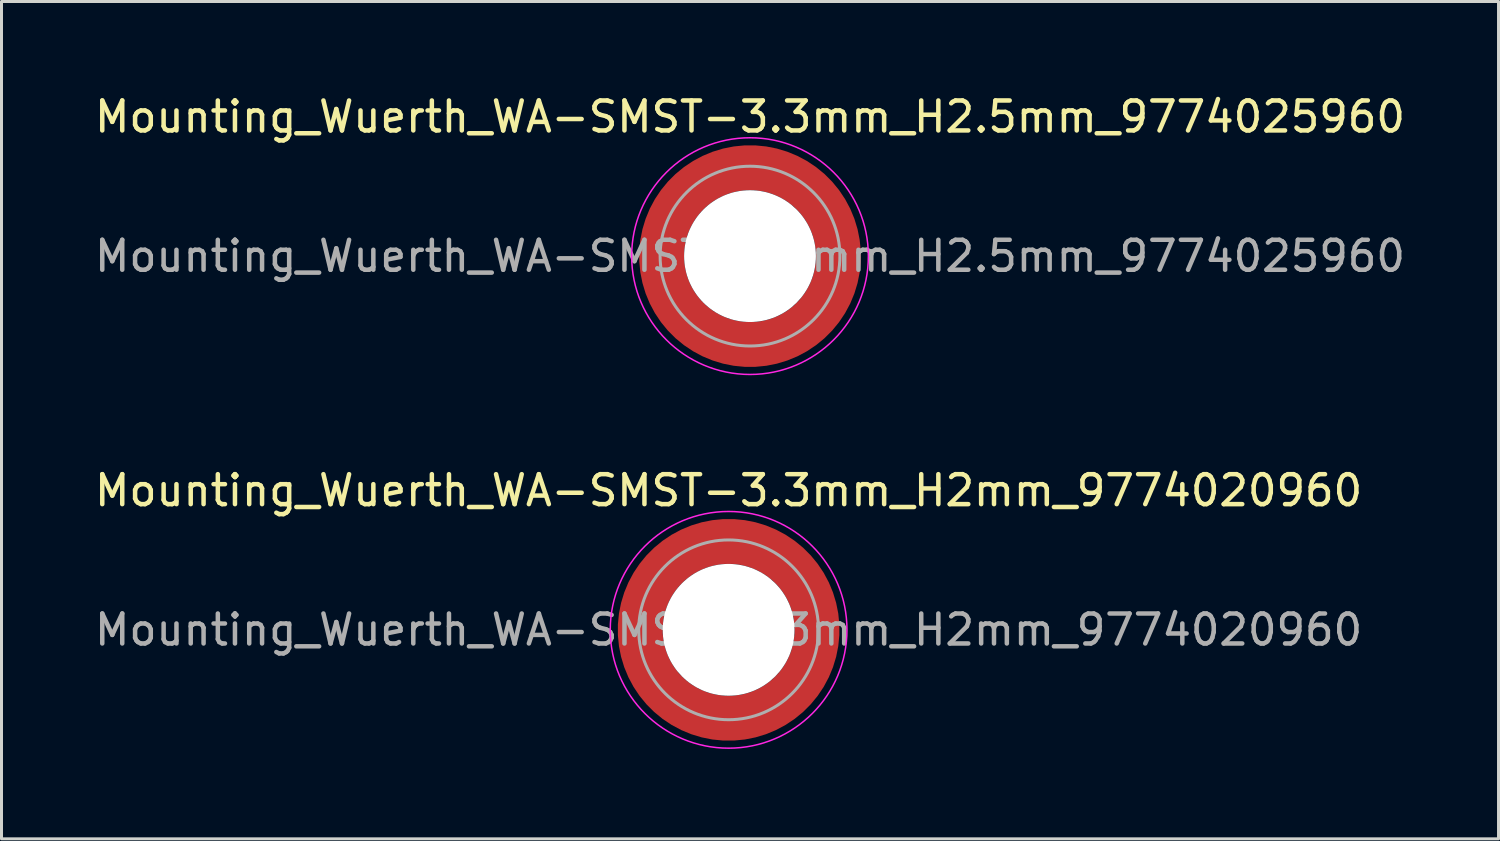
<source format=kicad_pcb>
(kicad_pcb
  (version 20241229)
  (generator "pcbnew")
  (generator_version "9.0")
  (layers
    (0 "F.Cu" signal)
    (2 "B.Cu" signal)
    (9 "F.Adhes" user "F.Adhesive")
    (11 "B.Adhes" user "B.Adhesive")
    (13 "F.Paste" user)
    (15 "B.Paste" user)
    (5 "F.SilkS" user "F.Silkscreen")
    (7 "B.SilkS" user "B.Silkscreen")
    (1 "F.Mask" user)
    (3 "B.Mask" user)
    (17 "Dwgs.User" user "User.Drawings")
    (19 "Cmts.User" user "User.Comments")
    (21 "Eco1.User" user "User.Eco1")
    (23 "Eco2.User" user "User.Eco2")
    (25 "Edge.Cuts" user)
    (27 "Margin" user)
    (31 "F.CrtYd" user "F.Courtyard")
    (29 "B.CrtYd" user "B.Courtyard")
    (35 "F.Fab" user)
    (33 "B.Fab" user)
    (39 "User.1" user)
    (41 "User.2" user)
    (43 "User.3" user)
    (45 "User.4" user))
  (footprint "Mounting_Wuerth_WA-SMST-3.3mm_H2.5mm_9774025960"
    (layer "F.Cu")
    (at 21.982 5.498)
    (property "Reference" "Mounting_Wuerth_WA-SMST-3.3mm_H2.5mm_9774025960" (at 0 -4.65 0) (layer "F.SilkS") (effects (font (size 1 1) (thickness 0.15))))
    (attr smd)
    (fp_circle (center 0 0) (end 3.95 0) (stroke (width 0.05) (type solid)) (fill no) (layer "F.CrtYd"))
    (fp_circle (center 0 0) (end 3 0) (stroke (width 0.1) (type solid)) (fill no) (layer "F.Fab"))
    (fp_text user "${REFERENCE}" (at 0 0 0) (layer "F.Fab") (effects (font (size 1 1) (thickness 0.15))))
    (pad "" smd custom (at -2.058 -2.058) (size 0.7 0.7) (layers "F.Paste") (options (anchor circle)) (primitives (gr_arc (start -0.377294 1.707681) (mid 0.317579 0.318817) (end 1.705947 -0.377044) (width 0.2)) (gr_arc (start -0.478281 1.707681) (mid 0.246161 0.248814) (end 1.703965 -0.477765) (width 0.2)) (gr_arc (start -0.579192 1.707681) (mid 0.175492 0.178063) (end 1.704077 -0.578711) (width 0.2)) (gr_arc (start -0.680037 1.707681) (mid 0.105568 0.106564) (end 1.706284 -0.679858) (width 0.2)) (gr_arc (start -0.780822 1.707681) (mid 0.034627 0.036085) (end 1.705634 -0.780569) (width 0.2)) (gr_arc (start -0.881554 1.707681) (mid -0.035694 -0.035016) (end 1.706729 -0.881441) (width 0.2)) (gr_arc (start -0.982237 1.707681) (mid -0.107281 -0.10485) (end 1.704266 -0.981842) (width 0.2)) (gr_arc (start -1.082877 1.707681) (mid -0.178372 -0.175181) (end 1.703197 -1.082374) (width 0.2)) (gr_arc (start -1.183476 1.707681) (mid -0.248964 -0.246008) (end 1.703525 -1.183025) (width 0.2)) (gr_arc (start -1.28404 1.707681) (mid -0.319062 -0.317333) (end 1.70525 -1.283784) (width 0.2)) (gr_line (start 1.708 -0.377) (end 1.708 -1.284) (width 0.2)) (gr_line (start -0.377 1.708) (end -1.284 1.708) (width 0.2))))
    (pad "" smd custom (at -2.058 2.058) (size 0.7 0.7) (layers "F.Paste") (options (anchor circle)) (primitives (gr_arc (start 1.707681 0.377294) (mid 0.318817 -0.317579) (end -0.377044 -1.705947) (width 0.2)) (gr_arc (start 1.707681 0.478281) (mid 0.248814 -0.246161) (end -0.477765 -1.703965) (width 0.2)) (gr_arc (start 1.707681 0.579192) (mid 0.178063 -0.175492) (end -0.578711 -1.704077) (width 0.2)) (gr_arc (start 1.707681 0.680037) (mid 0.106564 -0.105568) (end -0.679858 -1.706284) (width 0.2)) (gr_arc (start 1.707681 0.780822) (mid 0.036085 -0.034627) (end -0.780569 -1.705634) (width 0.2)) (gr_arc (start 1.707681 0.881554) (mid -0.035016 0.035694) (end -0.881441 -1.706729) (width 0.2)) (gr_arc (start 1.707681 0.982237) (mid -0.10485 0.107281) (end -0.981842 -1.704266) (width 0.2)) (gr_arc (start 1.707681 1.082877) (mid -0.175181 0.178372) (end -1.082374 -1.703197) (width 0.2)) (gr_arc (start 1.707681 1.183476) (mid -0.246008 0.248964) (end -1.183025 -1.703525) (width 0.2)) (gr_arc (start 1.707681 1.28404) (mid -0.317333 0.319062) (end -1.283784 -1.70525) (width 0.2)) (gr_line (start -0.377 -1.708) (end -1.284 -1.708) (width 0.2)) (gr_line (start 1.708 0.377) (end 1.708 1.284) (width 0.2))))
    (pad "" np_thru_hole circle (at 0 0) (size 4.4 4.4) (drill 4.4) (layers "*.Cu" "*.Mask"))
    (pad "" smd custom (at 2.058 -2.058) (size 0.7 0.7) (layers "F.Paste") (options (anchor circle)) (primitives (gr_arc (start -1.707681 -0.377294) (mid -0.318817 0.317579) (end 0.377044 1.705947) (width 0.2)) (gr_arc (start -1.707681 -0.478281) (mid -0.248814 0.246161) (end 0.477765 1.703965) (width 0.2)) (gr_arc (start -1.707681 -0.579192) (mid -0.178063 0.175492) (end 0.578711 1.704077) (width 0.2)) (gr_arc (start -1.707681 -0.680037) (mid -0.106564 0.105568) (end 0.679858 1.706284) (width 0.2)) (gr_arc (start -1.707681 -0.780822) (mid -0.036085 0.034627) (end 0.780569 1.705634) (width 0.2)) (gr_arc (start -1.707681 -0.881554) (mid 0.035016 -0.035694) (end 0.881441 1.706729) (width 0.2)) (gr_arc (start -1.707681 -0.982237) (mid 0.10485 -0.107281) (end 0.981842 1.704266) (width 0.2)) (gr_arc (start -1.707681 -1.082877) (mid 0.175181 -0.178372) (end 1.082374 1.703197) (width 0.2)) (gr_arc (start -1.707681 -1.183476) (mid 0.246008 -0.248964) (end 1.183025 1.703525) (width 0.2)) (gr_arc (start -1.707681 -1.28404) (mid 0.317333 -0.319062) (end 1.283784 1.70525) (width 0.2)) (gr_line (start 0.377 1.708) (end 1.284 1.708) (width 0.2)) (gr_line (start -1.708 -0.377) (end -1.708 -1.284) (width 0.2))))
    (pad "" smd custom (at 2.058 2.058) (size 0.7 0.7) (layers "F.Paste") (options (anchor circle)) (primitives (gr_arc (start 0.377294 -1.707681) (mid -0.317579 -0.318817) (end -1.705947 0.377044) (width 0.2)) (gr_arc (start 0.478281 -1.707681) (mid -0.246161 -0.248814) (end -1.703965 0.477765) (width 0.2)) (gr_arc (start 0.579192 -1.707681) (mid -0.175492 -0.178063) (end -1.704077 0.578711) (width 0.2)) (gr_arc (start 0.680037 -1.707681) (mid -0.105568 -0.106564) (end -1.706284 0.679858) (width 0.2)) (gr_arc (start 0.780822 -1.707681) (mid -0.034627 -0.036085) (end -1.705634 0.780569) (width 0.2)) (gr_arc (start 0.881554 -1.707681) (mid 0.035694 0.035016) (end -1.706729 0.881441) (width 0.2)) (gr_arc (start 0.982237 -1.707681) (mid 0.107281 0.10485) (end -1.704266 0.981842) (width 0.2)) (gr_arc (start 1.082877 -1.707681) (mid 0.178372 0.175181) (end -1.703197 1.082374) (width 0.2)) (gr_arc (start 1.183476 -1.707681) (mid 0.248964 0.246008) (end -1.703525 1.183025) (width 0.2)) (gr_arc (start 1.28404 -1.707681) (mid 0.319062 0.317333) (end -1.70525 1.283784) (width 0.2)) (gr_line (start -1.708 0.377) (end -1.708 1.284) (width 0.2)) (gr_line (start 0.377 -1.708) (end 1.284 -1.708) (width 0.2))))
    (pad "1" smd circle (at -2.95 0) (size 1.1 1.1) (layers "F.Cu"))
    (pad "1" smd circle (at 0 -2.95) (size 1.1 1.1) (layers "F.Cu"))
    (pad "1" smd circle (at 0 2.95) (size 1.1 1.1) (layers "F.Cu"))
    (pad "1" smd custom (at 2.95 0) (size 1.1 1.1) (layers "F.Cu" "F.Mask") (options (anchor circle)) (primitives (gr_circle (center -2.95 0) (end 0 0) (width 1.5) (fill no)))))
  (footprint "Mounting_Wuerth_WA-SMST-3.3mm_H2mm_9774020960"
    (layer "F.Cu")
    (at 21.268 17.971)
    (property "Reference" "Mounting_Wuerth_WA-SMST-3.3mm_H2mm_9774020960" (at 0 -4.65 0) (layer "F.SilkS") (effects (font (size 1 1) (thickness 0.15))))
    (attr smd)
    (fp_circle (center 0 0) (end 3.95 0) (stroke (width 0.05) (type solid)) (fill no) (layer "F.CrtYd"))
    (fp_circle (center 0 0) (end 3 0) (stroke (width 0.1) (type solid)) (fill no) (layer "F.Fab"))
    (fp_text user "${REFERENCE}" (at 0 0 0) (layer "F.Fab") (effects (font (size 1 1) (thickness 0.15))))
    (pad "" smd custom (at -2.058 -2.058) (size 0.7 0.7) (layers "F.Paste") (options (anchor circle)) (primitives (gr_arc (start -0.377294 1.707681) (mid 0.317579 0.318817) (end 1.705947 -0.377044) (width 0.2)) (gr_arc (start -0.478281 1.707681) (mid 0.246161 0.248814) (end 1.703965 -0.477765) (width 0.2)) (gr_arc (start -0.579192 1.707681) (mid 0.175492 0.178063) (end 1.704077 -0.578711) (width 0.2)) (gr_arc (start -0.680037 1.707681) (mid 0.105568 0.106564) (end 1.706284 -0.679858) (width 0.2)) (gr_arc (start -0.780822 1.707681) (mid 0.034627 0.036085) (end 1.705634 -0.780569) (width 0.2)) (gr_arc (start -0.881554 1.707681) (mid -0.035694 -0.035016) (end 1.706729 -0.881441) (width 0.2)) (gr_arc (start -0.982237 1.707681) (mid -0.107281 -0.10485) (end 1.704266 -0.981842) (width 0.2)) (gr_arc (start -1.082877 1.707681) (mid -0.178372 -0.175181) (end 1.703197 -1.082374) (width 0.2)) (gr_arc (start -1.183476 1.707681) (mid -0.248964 -0.246008) (end 1.703525 -1.183025) (width 0.2)) (gr_arc (start -1.28404 1.707681) (mid -0.319062 -0.317333) (end 1.70525 -1.283784) (width 0.2)) (gr_line (start 1.708 -0.377) (end 1.708 -1.284) (width 0.2)) (gr_line (start -0.377 1.708) (end -1.284 1.708) (width 0.2))))
    (pad "" smd custom (at -2.058 2.058) (size 0.7 0.7) (layers "F.Paste") (options (anchor circle)) (primitives (gr_arc (start 1.707681 0.377294) (mid 0.318817 -0.317579) (end -0.377044 -1.705947) (width 0.2)) (gr_arc (start 1.707681 0.478281) (mid 0.248814 -0.246161) (end -0.477765 -1.703965) (width 0.2)) (gr_arc (start 1.707681 0.579192) (mid 0.178063 -0.175492) (end -0.578711 -1.704077) (width 0.2)) (gr_arc (start 1.707681 0.680037) (mid 0.106564 -0.105568) (end -0.679858 -1.706284) (width 0.2)) (gr_arc (start 1.707681 0.780822) (mid 0.036085 -0.034627) (end -0.780569 -1.705634) (width 0.2)) (gr_arc (start 1.707681 0.881554) (mid -0.035016 0.035694) (end -0.881441 -1.706729) (width 0.2)) (gr_arc (start 1.707681 0.982237) (mid -0.10485 0.107281) (end -0.981842 -1.704266) (width 0.2)) (gr_arc (start 1.707681 1.082877) (mid -0.175181 0.178372) (end -1.082374 -1.703197) (width 0.2)) (gr_arc (start 1.707681 1.183476) (mid -0.246008 0.248964) (end -1.183025 -1.703525) (width 0.2)) (gr_arc (start 1.707681 1.28404) (mid -0.317333 0.319062) (end -1.283784 -1.70525) (width 0.2)) (gr_line (start -0.377 -1.708) (end -1.284 -1.708) (width 0.2)) (gr_line (start 1.708 0.377) (end 1.708 1.284) (width 0.2))))
    (pad "" np_thru_hole circle (at 0 0) (size 4.4 4.4) (drill 4.4) (layers "*.Cu" "*.Mask"))
    (pad "" smd custom (at 2.058 -2.058) (size 0.7 0.7) (layers "F.Paste") (options (anchor circle)) (primitives (gr_arc (start -1.707681 -0.377294) (mid -0.318817 0.317579) (end 0.377044 1.705947) (width 0.2)) (gr_arc (start -1.707681 -0.478281) (mid -0.248814 0.246161) (end 0.477765 1.703965) (width 0.2)) (gr_arc (start -1.707681 -0.579192) (mid -0.178063 0.175492) (end 0.578711 1.704077) (width 0.2)) (gr_arc (start -1.707681 -0.680037) (mid -0.106564 0.105568) (end 0.679858 1.706284) (width 0.2)) (gr_arc (start -1.707681 -0.780822) (mid -0.036085 0.034627) (end 0.780569 1.705634) (width 0.2)) (gr_arc (start -1.707681 -0.881554) (mid 0.035016 -0.035694) (end 0.881441 1.706729) (width 0.2)) (gr_arc (start -1.707681 -0.982237) (mid 0.10485 -0.107281) (end 0.981842 1.704266) (width 0.2)) (gr_arc (start -1.707681 -1.082877) (mid 0.175181 -0.178372) (end 1.082374 1.703197) (width 0.2)) (gr_arc (start -1.707681 -1.183476) (mid 0.246008 -0.248964) (end 1.183025 1.703525) (width 0.2)) (gr_arc (start -1.707681 -1.28404) (mid 0.317333 -0.319062) (end 1.283784 1.70525) (width 0.2)) (gr_line (start 0.377 1.708) (end 1.284 1.708) (width 0.2)) (gr_line (start -1.708 -0.377) (end -1.708 -1.284) (width 0.2))))
    (pad "" smd custom (at 2.058 2.058) (size 0.7 0.7) (layers "F.Paste") (options (anchor circle)) (primitives (gr_arc (start 0.377294 -1.707681) (mid -0.317579 -0.318817) (end -1.705947 0.377044) (width 0.2)) (gr_arc (start 0.478281 -1.707681) (mid -0.246161 -0.248814) (end -1.703965 0.477765) (width 0.2)) (gr_arc (start 0.579192 -1.707681) (mid -0.175492 -0.178063) (end -1.704077 0.578711) (width 0.2)) (gr_arc (start 0.680037 -1.707681) (mid -0.105568 -0.106564) (end -1.706284 0.679858) (width 0.2)) (gr_arc (start 0.780822 -1.707681) (mid -0.034627 -0.036085) (end -1.705634 0.780569) (width 0.2)) (gr_arc (start 0.881554 -1.707681) (mid 0.035694 0.035016) (end -1.706729 0.881441) (width 0.2)) (gr_arc (start 0.982237 -1.707681) (mid 0.107281 0.10485) (end -1.704266 0.981842) (width 0.2)) (gr_arc (start 1.082877 -1.707681) (mid 0.178372 0.175181) (end -1.703197 1.082374) (width 0.2)) (gr_arc (start 1.183476 -1.707681) (mid 0.248964 0.246008) (end -1.703525 1.183025) (width 0.2)) (gr_arc (start 1.28404 -1.707681) (mid 0.319062 0.317333) (end -1.70525 1.283784) (width 0.2)) (gr_line (start -1.708 0.377) (end -1.708 1.284) (width 0.2)) (gr_line (start 0.377 -1.708) (end 1.284 -1.708) (width 0.2))))
    (pad "1" smd circle (at -2.95 0) (size 1.1 1.1) (layers "F.Cu"))
    (pad "1" smd circle (at 0 -2.95) (size 1.1 1.1) (layers "F.Cu"))
    (pad "1" smd circle (at 0 2.95) (size 1.1 1.1) (layers "F.Cu"))
    (pad "1" smd custom (at 2.95 0) (size 1.1 1.1) (layers "F.Cu" "F.Mask") (options (anchor circle)) (primitives (gr_circle (center -2.95 0) (end 0 0) (width 1.5) (fill no)))))
  (gr_rect
    (start -3 -3)
    (end 46.964 24.947)
    (stroke (width 0.1) (type default))
    (fill no)
    (layer "Edge.Cuts")))
</source>
